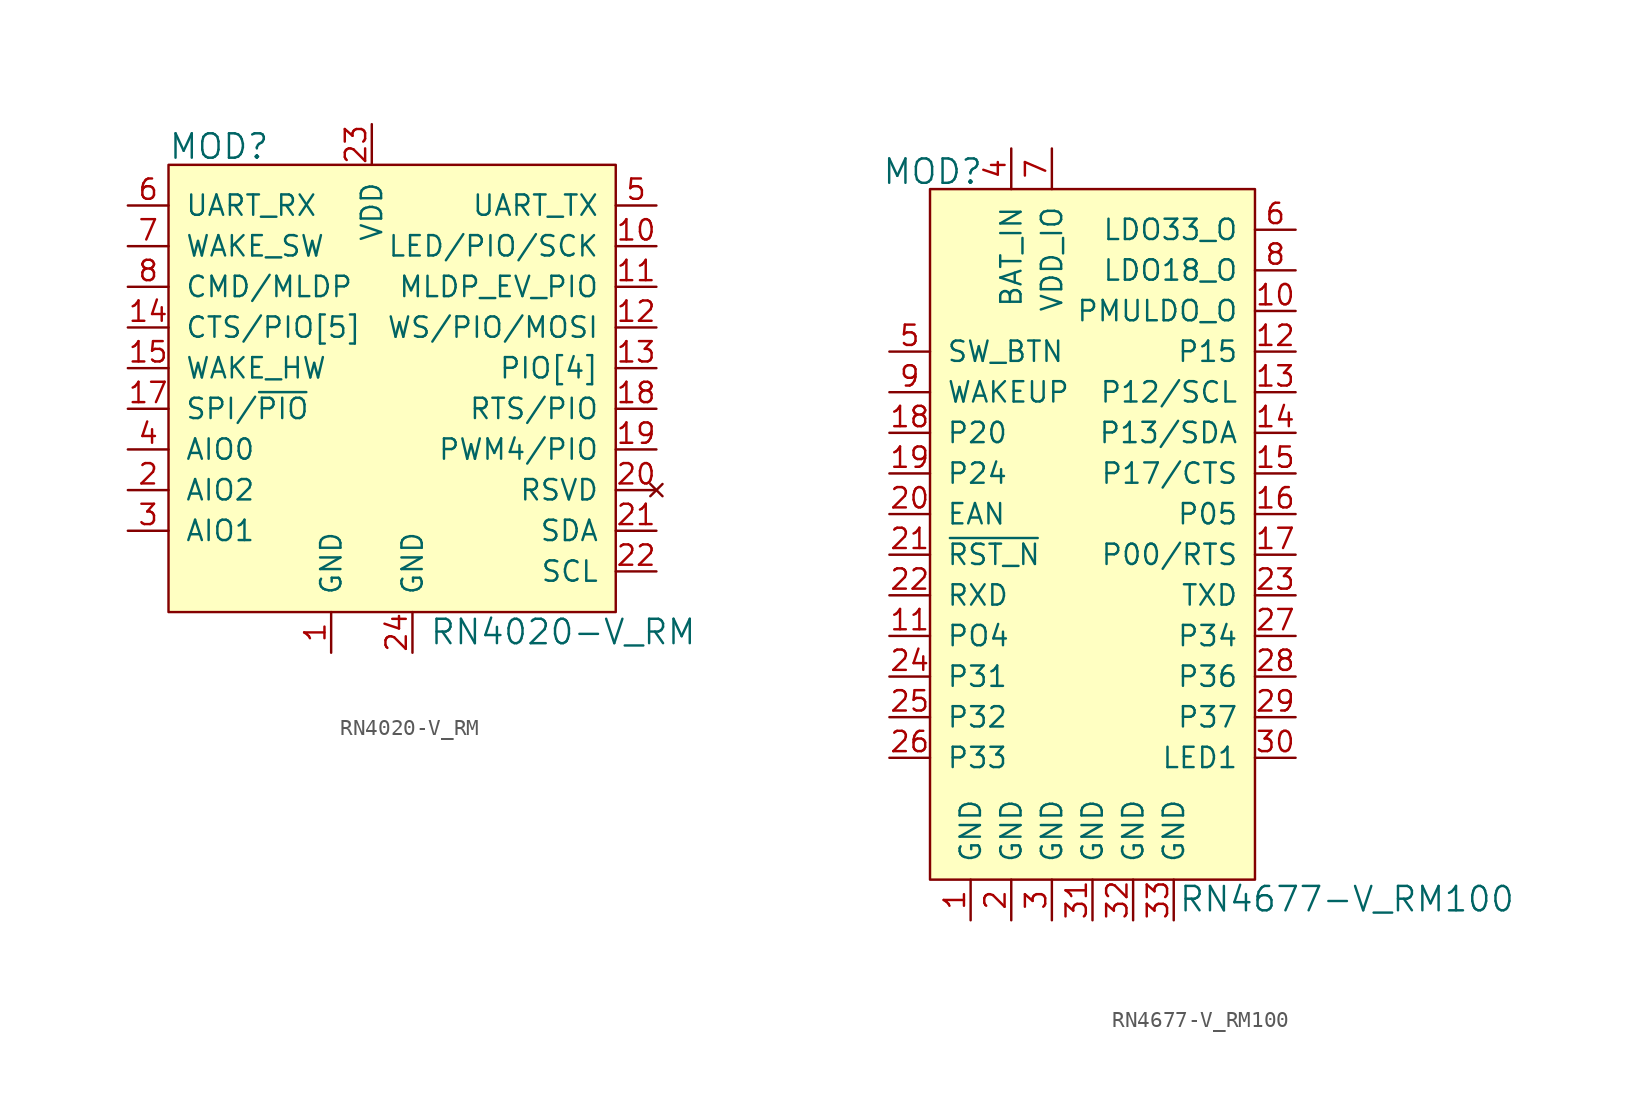
<source format=kicad_sym>
(kicad_symbol_lib
  (version 20201005)
  (generator kicad_symbol_editor)
  (symbol "RN4020-V_RM"
    (pin_names
      (offset 1.016))
    (property "Reference" "MOD"
      (at -12.725 13.843 0)
      (effects (font (size 1.524 1.524)) (justify left)))
    (property "Value" "RN4020-V_RM"
      (at 3.581 -16.485 0)
      (effects (font (size 1.524 1.524)) (justify left)))
    (symbol "RN4020-V_RM_0_1"
      (rectangle (start -12.7 12.7) (end 15.24 -15.24) (stroke (width 0)) (fill (type background))))
    (symbol "RN4020-V_RM_1_1"
      (pin power_in line (at -2.54 -17.78 90) (length 2.54) (name "GND" (effects (font (size 1.27 1.27)))) (number "1" (effects (font (size 1.27 1.27)))))
      (pin bidirectional line (at -15.24 -7.62 0) (length 2.54) (name "AIO2" (effects (font (size 1.27 1.27)))) (number "2" (effects (font (size 1.27 1.27)))))
      (pin bidirectional line (at -15.24 -10.16 0) (length 2.54) (name "AIO1" (effects (font (size 1.27 1.27)))) (number "3" (effects (font (size 1.27 1.27)))))
      (pin bidirectional line (at -15.24 -5.08 0) (length 2.54) (name "AIO0" (effects (font (size 1.27 1.27)))) (number "4" (effects (font (size 1.27 1.27)))))
      (pin output line (at 17.78 10.16 180) (length 2.54) (name "UART_TX" (effects (font (size 1.27 1.27)))) (number "5" (effects (font (size 1.27 1.27)))))
      (pin input line (at -15.24 10.16 0) (length 2.54) (name "UART_RX" (effects (font (size 1.27 1.27)))) (number "6" (effects (font (size 1.27 1.27)))))
      (pin input line (at -15.24 7.62 0) (length 2.54) (name "WAKE_SW" (effects (font (size 1.27 1.27)))) (number "7" (effects (font (size 1.27 1.27)))))
      (pin input line (at -15.24 5.08 0) (length 2.54) (name "CMD/MLDP" (effects (font (size 1.27 1.27)))) (number "8" (effects (font (size 1.27 1.27)))))
      (pin output line (at 17.78 7.62 180) (length 2.54) (name "LED/PIO/SCK" (effects (font (size 1.27 1.27)))) (number "10" (effects (font (size 1.27 1.27)))))
      (pin no_connect line (at 17.78 -7.62 180) (length 2.54) (name "RSVD" (effects (font (size 1.27 1.27)))) (number "20" (effects (font (size 1.27 1.27)))))
      (pin output line (at 17.78 5.08 180) (length 2.54) (name "MLDP_EV_PIO" (effects (font (size 1.27 1.27)))) (number "11" (effects (font (size 1.27 1.27)))))
      (pin bidirectional line (at 17.78 -10.16 180) (length 2.54) (name "SDA" (effects (font (size 1.27 1.27)))) (number "21" (effects (font (size 1.27 1.27)))))
      (pin output line (at 17.78 2.54 180) (length 2.54) (name "WS/PIO/MOSI" (effects (font (size 1.27 1.27)))) (number "12" (effects (font (size 1.27 1.27)))))
      (pin bidirectional line (at 17.78 -12.7 180) (length 2.54) (name "SCL" (effects (font (size 1.27 1.27)))) (number "22" (effects (font (size 1.27 1.27)))))
      (pin bidirectional line (at 17.78 0 180) (length 2.54) (name "PIO[4]" (effects (font (size 1.27 1.27)))) (number "13" (effects (font (size 1.27 1.27)))))
      (pin power_in line (at 0 15.24 270) (length 2.54) (name "VDD" (effects (font (size 1.27 1.27)))) (number "23" (effects (font (size 1.27 1.27)))))
      (pin input line (at -15.24 2.54 0) (length 2.54) (name "CTS/PIO[5]" (effects (font (size 1.27 1.27)))) (number "14" (effects (font (size 1.27 1.27)))))
      (pin power_in line (at 2.54 -17.78 90) (length 2.54) (name "GND" (effects (font (size 1.27 1.27)))) (number "24" (effects (font (size 1.27 1.27)))))
      (pin input line (at -15.24 0 0) (length 2.54) (name "WAKE_HW" (effects (font (size 1.27 1.27)))) (number "15" (effects (font (size 1.27 1.27)))))
      (pin input line (at -15.24 -2.54 0) (length 2.54) (name "SPI/~PIO" (effects (font (size 1.27 1.27)))) (number "17" (effects (font (size 1.27 1.27)))))
      (pin output line (at 17.78 -2.54 180) (length 2.54) (name "RTS/PIO" (effects (font (size 1.27 1.27)))) (number "18" (effects (font (size 1.27 1.27)))))
      (pin bidirectional line (at 17.78 -5.08 180) (length 2.54) (name "PWM4/PIO" (effects (font (size 1.27 1.27)))) (number "19" (effects (font (size 1.27 1.27)))))))
  (symbol "RN4677-V_RM100"
    (pin_names
      (offset 1.016))
    (property "Reference" "MOD"
      (at -4.267 29.032 0)
      (effects (font (size 1.524 1.524)) (justify right)))
    (property "Value" "RN4677-V_RM100"
      (at 7.899 -16.459 0)
      (effects (font (size 1.524 1.524)) (justify left)))
    (symbol "RN4677-V_RM100_0_1"
      (rectangle (start -7.62 27.94) (end 12.7 -15.24) (stroke (width 0)) (fill (type background))))
    (symbol "RN4677-V_RM100_1_1"
      (pin power_in line (at -5.08 -17.78 90) (length 2.54) (name "GND" (effects (font (size 1.27 1.27)))) (number "1" (effects (font (size 1.27 1.27)))))
      (pin power_in line (at -2.54 -17.78 90) (length 2.54) (name "GND" (effects (font (size 1.27 1.27)))) (number "2" (effects (font (size 1.27 1.27)))))
      (pin power_in line (at 0 -17.78 90) (length 2.54) (name "GND" (effects (font (size 1.27 1.27)))) (number "3" (effects (font (size 1.27 1.27)))))
      (pin power_in line (at -2.54 30.48 270) (length 2.54) (name "BAT_IN" (effects (font (size 1.27 1.27)))) (number "4" (effects (font (size 1.27 1.27)))))
      (pin input line (at -10.16 17.78 0) (length 2.54) (name "SW_BTN" (effects (font (size 1.27 1.27)))) (number "5" (effects (font (size 1.27 1.27)))))
      (pin power_out line (at 15.24 25.4 180) (length 2.54) (name "LDO33_O" (effects (font (size 1.27 1.27)))) (number "6" (effects (font (size 1.27 1.27)))))
      (pin power_in line (at 0 30.48 270) (length 2.54) (name "VDD_IO" (effects (font (size 1.27 1.27)))) (number "7" (effects (font (size 1.27 1.27)))))
      (pin power_out line (at 15.24 22.86 180) (length 2.54) (name "LDO18_O" (effects (font (size 1.27 1.27)))) (number "8" (effects (font (size 1.27 1.27)))))
      (pin input line (at -10.16 15.24 0) (length 2.54) (name "WAKEUP" (effects (font (size 1.27 1.27)))) (number "9" (effects (font (size 1.27 1.27)))))
      (pin power_out line (at 15.24 20.32 180) (length 2.54) (name "PMULDO_O" (effects (font (size 1.27 1.27)))) (number "10" (effects (font (size 1.27 1.27)))))
      (pin input line (at -10.16 7.62 0) (length 2.54) (name "EAN" (effects (font (size 1.27 1.27)))) (number "20" (effects (font (size 1.27 1.27)))))
      (pin output line (at 15.24 -7.62 180) (length 2.54) (name "LED1" (effects (font (size 1.27 1.27)))) (number "30" (effects (font (size 1.27 1.27)))))
      (pin output line (at -10.16 0 0) (length 2.54) (name "PO4" (effects (font (size 1.27 1.27)))) (number "11" (effects (font (size 1.27 1.27)))))
      (pin input line (at -10.16 5.08 0) (length 2.54) (name "~RST_N" (effects (font (size 1.27 1.27)))) (number "21" (effects (font (size 1.27 1.27)))))
      (pin output line (at 2.54 -17.78 90) (length 2.54) (name "GND" (effects (font (size 1.27 1.27)))) (number "31" (effects (font (size 1.27 1.27)))))
      (pin output line (at 15.24 17.78 180) (length 2.54) (name "P15" (effects (font (size 1.27 1.27)))) (number "12" (effects (font (size 1.27 1.27)))))
      (pin input line (at -10.16 2.54 0) (length 2.54) (name "RXD" (effects (font (size 1.27 1.27)))) (number "22" (effects (font (size 1.27 1.27)))))
      (pin output line (at 5.08 -17.78 90) (length 2.54) (name "GND" (effects (font (size 1.27 1.27)))) (number "32" (effects (font (size 1.27 1.27)))))
      (pin output line (at 15.24 15.24 180) (length 2.54) (name "P12/SCL" (effects (font (size 1.27 1.27)))) (number "13" (effects (font (size 1.27 1.27)))))
      (pin output line (at 15.24 2.54 180) (length 2.54) (name "TXD" (effects (font (size 1.27 1.27)))) (number "23" (effects (font (size 1.27 1.27)))))
      (pin output line (at 7.62 -17.78 90) (length 2.54) (name "GND" (effects (font (size 1.27 1.27)))) (number "33" (effects (font (size 1.27 1.27)))))
      (pin bidirectional line (at 15.24 12.7 180) (length 2.54) (name "P13/SDA" (effects (font (size 1.27 1.27)))) (number "14" (effects (font (size 1.27 1.27)))))
      (pin bidirectional line (at -10.16 -2.54 0) (length 2.54) (name "P31" (effects (font (size 1.27 1.27)))) (number "24" (effects (font (size 1.27 1.27)))))
      (pin bidirectional line (at 15.24 10.16 180) (length 2.54) (name "P17/CTS" (effects (font (size 1.27 1.27)))) (number "15" (effects (font (size 1.27 1.27)))))
      (pin bidirectional line (at -10.16 -5.08 0) (length 2.54) (name "P32" (effects (font (size 1.27 1.27)))) (number "25" (effects (font (size 1.27 1.27)))))
      (pin bidirectional line (at 15.24 7.62 180) (length 2.54) (name "P05" (effects (font (size 1.27 1.27)))) (number "16" (effects (font (size 1.27 1.27)))))
      (pin bidirectional line (at -10.16 -7.62 0) (length 2.54) (name "P33" (effects (font (size 1.27 1.27)))) (number "26" (effects (font (size 1.27 1.27)))))
      (pin bidirectional line (at 15.24 5.08 180) (length 2.54) (name "P00/RTS" (effects (font (size 1.27 1.27)))) (number "17" (effects (font (size 1.27 1.27)))))
      (pin bidirectional line (at 15.24 0 180) (length 2.54) (name "P34" (effects (font (size 1.27 1.27)))) (number "27" (effects (font (size 1.27 1.27)))))
      (pin input line (at -10.16 12.7 0) (length 2.54) (name "P20" (effects (font (size 1.27 1.27)))) (number "18" (effects (font (size 1.27 1.27)))))
      (pin bidirectional line (at 15.24 -2.54 180) (length 2.54) (name "P36" (effects (font (size 1.27 1.27)))) (number "28" (effects (font (size 1.27 1.27)))))
      (pin input line (at -10.16 10.16 0) (length 2.54) (name "P24" (effects (font (size 1.27 1.27)))) (number "19" (effects (font (size 1.27 1.27)))))
      (pin bidirectional line (at 15.24 -5.08 180) (length 2.54) (name "P37" (effects (font (size 1.27 1.27)))) (number "29" (effects (font (size 1.27 1.27))))))))
</source>
